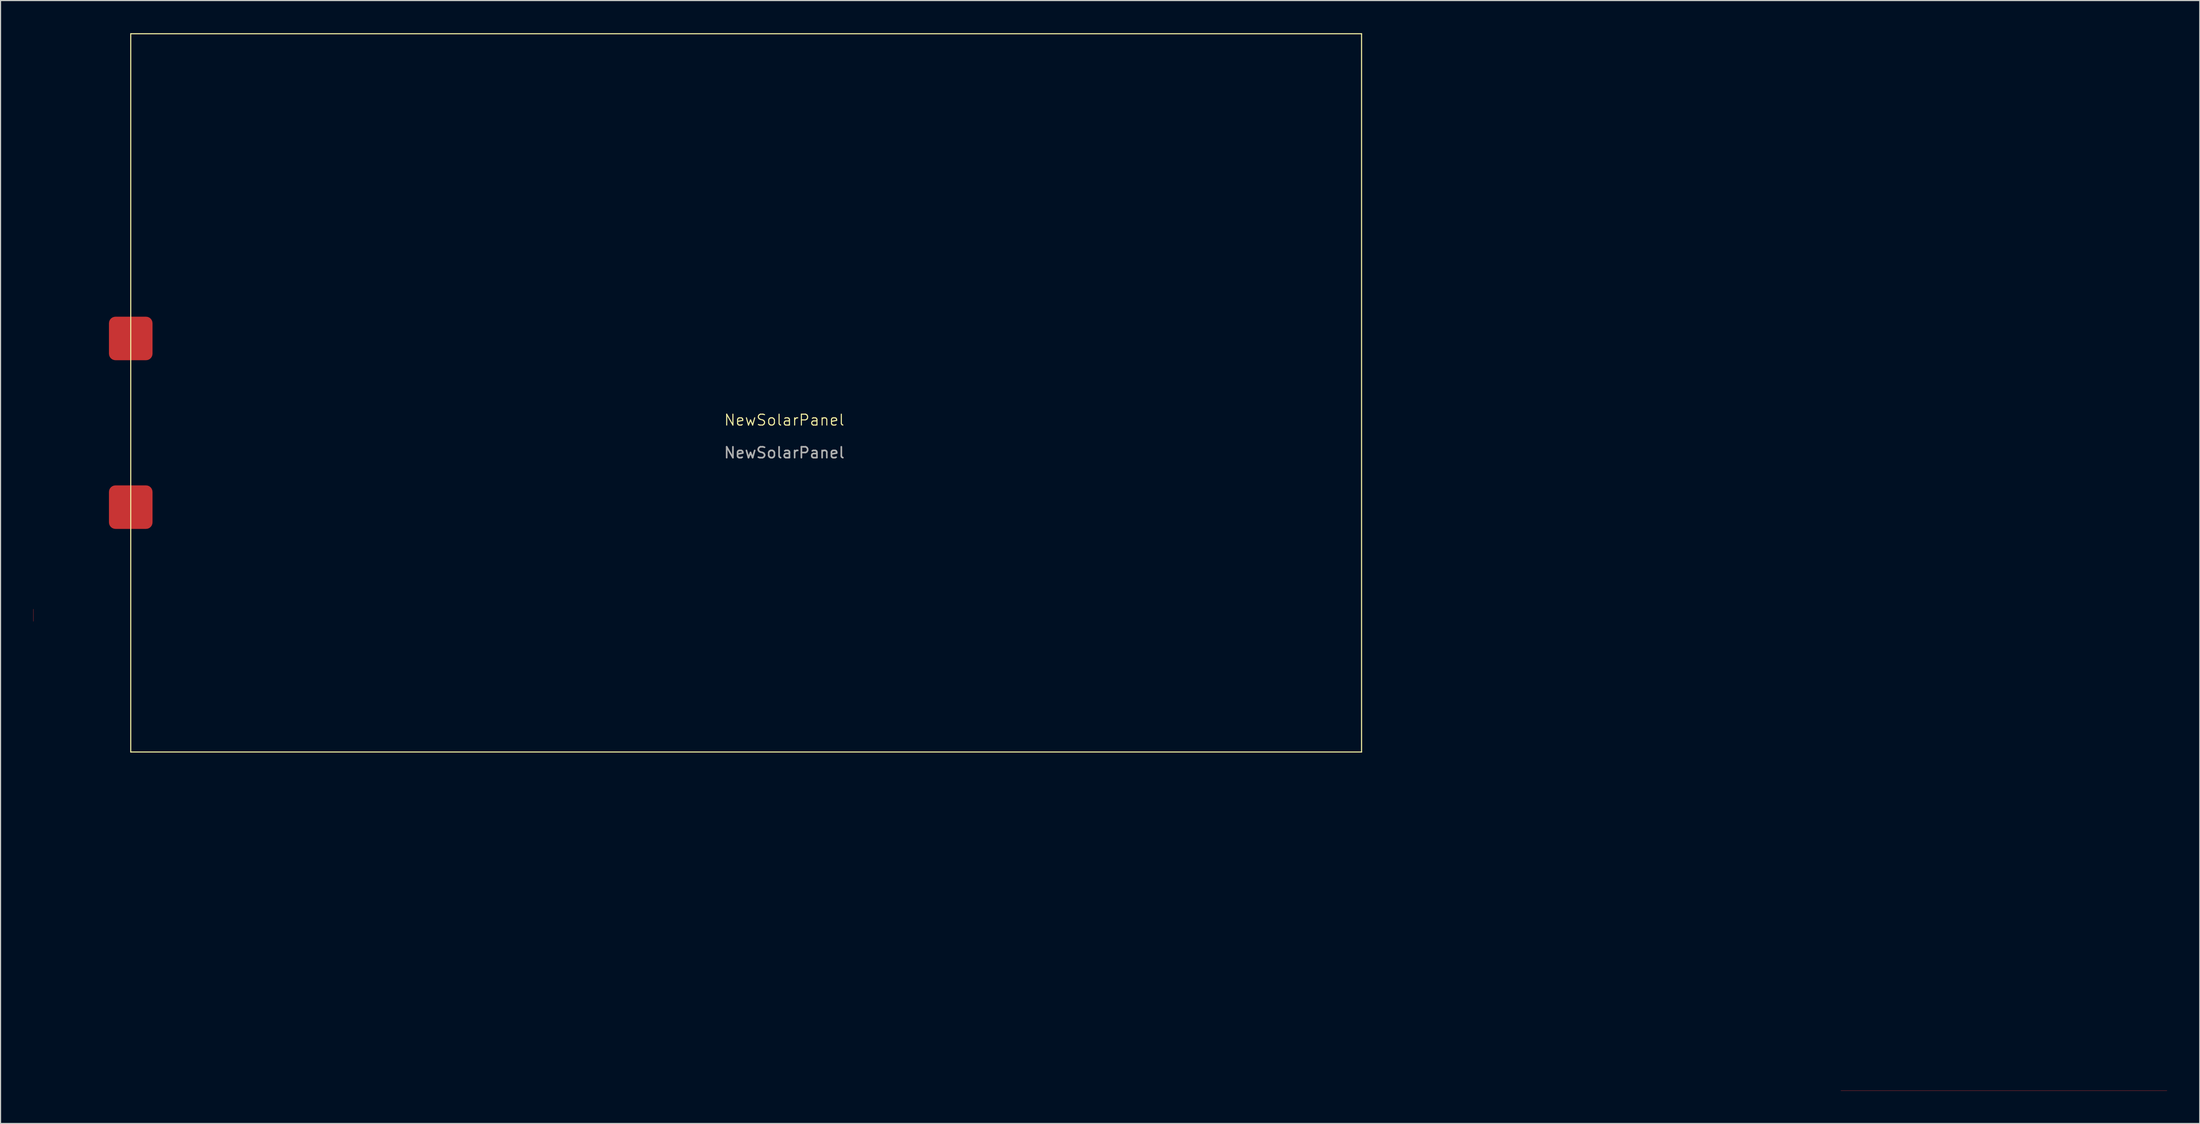
<source format=kicad_pcb>
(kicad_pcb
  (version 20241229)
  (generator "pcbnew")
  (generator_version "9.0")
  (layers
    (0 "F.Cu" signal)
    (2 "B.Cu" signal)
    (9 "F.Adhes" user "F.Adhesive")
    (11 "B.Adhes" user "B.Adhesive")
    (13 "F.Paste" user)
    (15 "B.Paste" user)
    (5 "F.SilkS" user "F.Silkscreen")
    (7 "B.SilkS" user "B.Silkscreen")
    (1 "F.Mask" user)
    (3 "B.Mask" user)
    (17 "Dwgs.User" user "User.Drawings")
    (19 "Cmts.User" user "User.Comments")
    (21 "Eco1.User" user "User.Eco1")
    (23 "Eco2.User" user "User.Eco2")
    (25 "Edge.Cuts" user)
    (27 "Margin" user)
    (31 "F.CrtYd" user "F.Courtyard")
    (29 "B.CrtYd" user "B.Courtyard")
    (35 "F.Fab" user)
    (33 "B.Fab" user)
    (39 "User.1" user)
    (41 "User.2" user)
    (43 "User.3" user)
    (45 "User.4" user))
  (footprint "NewSolarPanel"
    (layer "F.Cu")
    (at 68.953 36.05)
    (property "Reference" "NewSolarPanel" (at 0 -0.5 0) (unlocked yes) (layer "F.SilkS") (effects (font (size 1 1) (thickness 0.1))))
    (attr smd)
    (fp_line (start -60 -36) (end 53 -36) (stroke (width 0.1) (type default)) (layer "F.SilkS"))
    (fp_line (start -60 30) (end -60 -36) (stroke (width 0.1) (type default)) (layer "F.SilkS"))
    (fp_line (start 53 -36) (end 53 30) (stroke (width 0.1) (type default)) (layer "F.SilkS"))
    (fp_line (start 53 30) (end -60 30) (stroke (width 0.1) (type default)) (layer "F.SilkS"))
    (fp_text user "${REFERENCE}" (at 0 2.5 0) (unlocked yes) (layer "F.Fab") (effects (font (size 1 1) (thickness 0.15))))
    (pad "1" smd roundrect (at -60 -8) (size 4 4) (layers "F.Cu" "F.Mask" "F.Paste") (roundrect_rratio 0.15))
    (pad "1" smd roundrect (at 111.976 61.122) (size 29.953 0.025) (layers "F.Cu" "F.Mask" "F.Paste") (roundrect_rratio 0.15))
    (pad "2" smd roundrect (at -68.94 17.433) (size 0.025 1.135) (layers "F.Cu" "F.Mask" "F.Paste") (roundrect_rratio 0.15))
    (pad "2" smd roundrect (at -60 7.5) (size 4 4) (layers "F.Cu" "F.Mask" "F.Paste") (roundrect_rratio 0.15)))
  (gr_rect
    (start -3 -3)
    (end 198.905 100.185)
    (stroke (width 0.1) (type default))
    (fill no)
    (layer "Edge.Cuts")))
</source>
